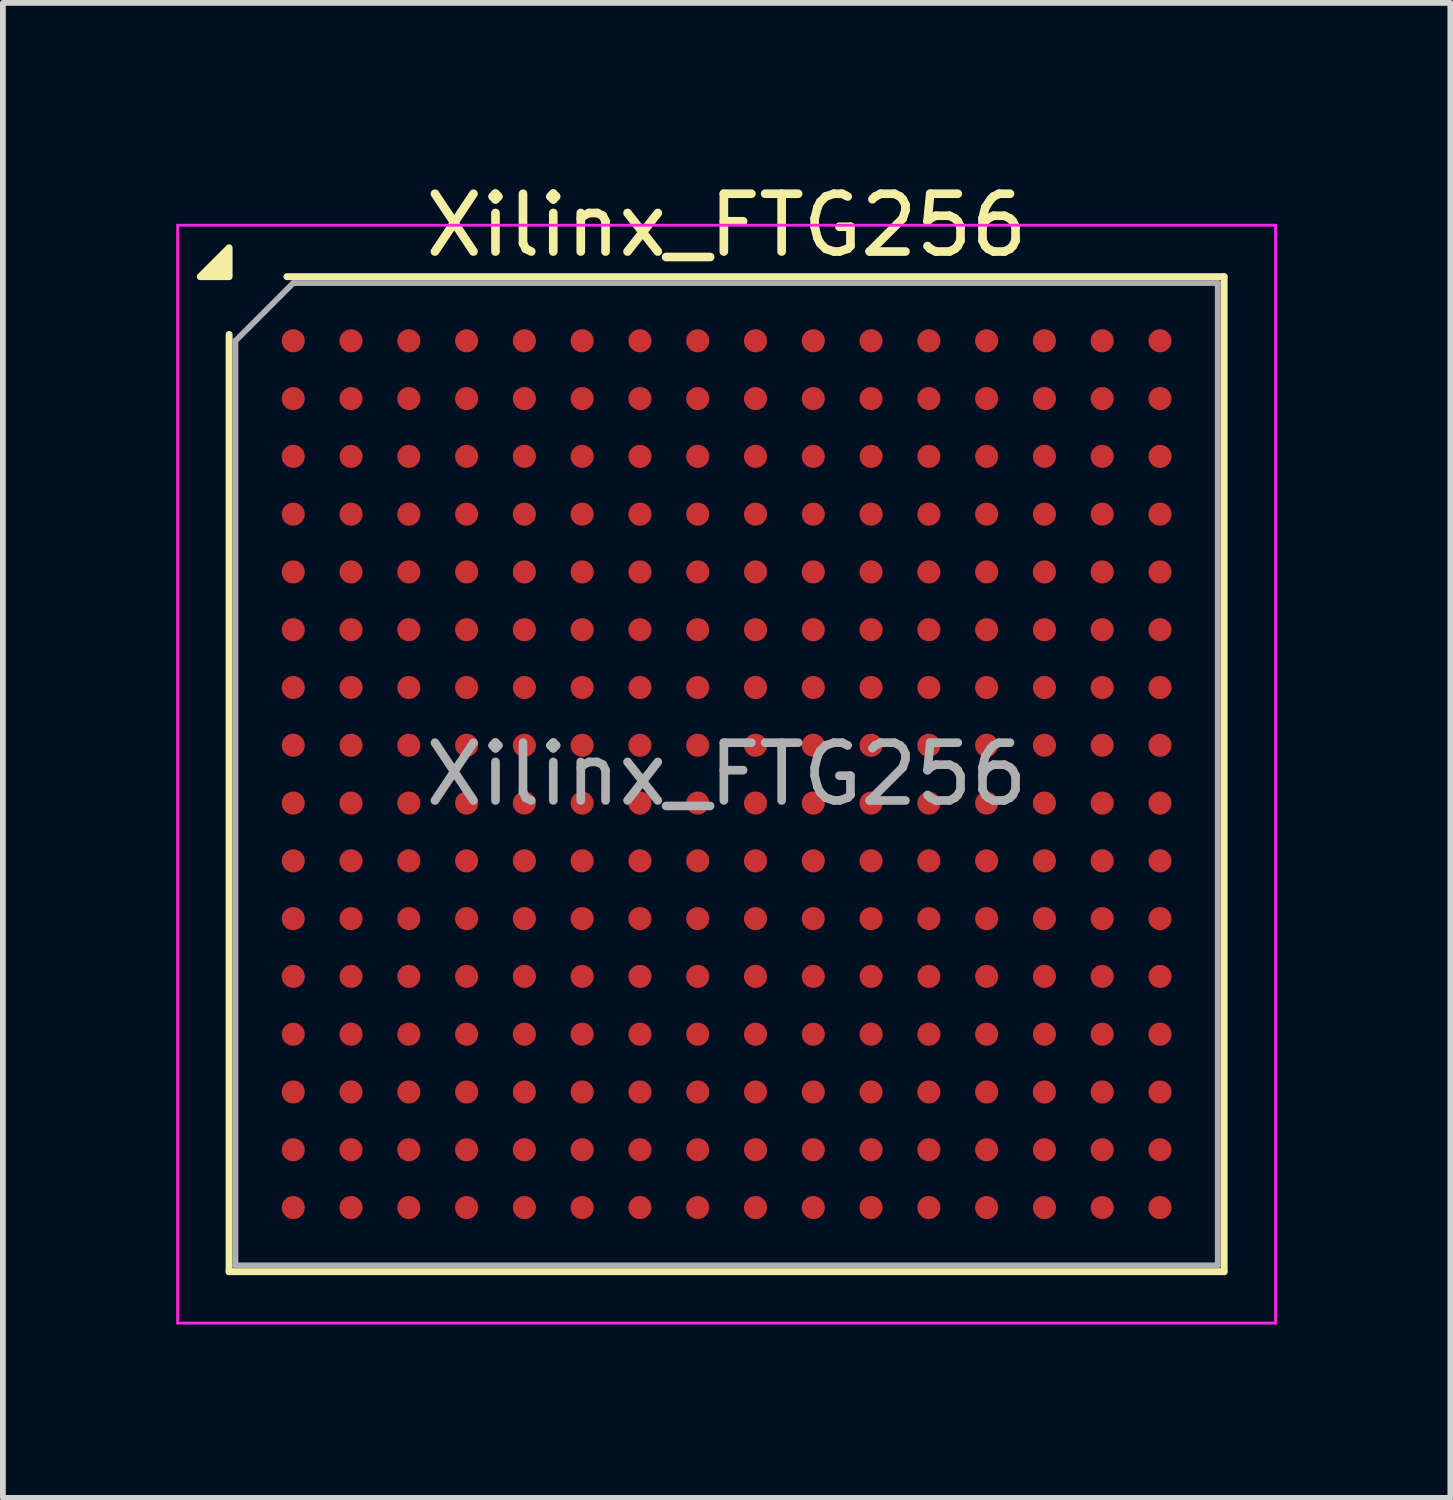
<source format=kicad_pcb>
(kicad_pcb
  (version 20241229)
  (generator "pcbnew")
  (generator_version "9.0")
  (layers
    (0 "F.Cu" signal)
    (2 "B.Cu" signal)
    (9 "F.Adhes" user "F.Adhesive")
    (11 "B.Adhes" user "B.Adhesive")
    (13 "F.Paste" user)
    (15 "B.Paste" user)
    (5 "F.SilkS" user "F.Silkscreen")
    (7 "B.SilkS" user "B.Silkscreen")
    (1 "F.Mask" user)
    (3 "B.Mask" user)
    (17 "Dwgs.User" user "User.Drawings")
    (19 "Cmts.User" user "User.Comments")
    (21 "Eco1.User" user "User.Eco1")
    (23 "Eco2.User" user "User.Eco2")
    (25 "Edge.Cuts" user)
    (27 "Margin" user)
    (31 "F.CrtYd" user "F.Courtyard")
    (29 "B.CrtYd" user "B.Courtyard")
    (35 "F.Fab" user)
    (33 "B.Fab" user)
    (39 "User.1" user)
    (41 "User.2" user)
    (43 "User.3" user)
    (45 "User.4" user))
  (footprint "Xilinx_FTG256"
    (layer "F.Cu")
    (at 9.525 10.348)
    (property "Reference" "Xilinx_FTG256" (at 0 -9.5 180) (layer "F.SilkS") (effects (font (size 1 1) (thickness 0.15))))
    (attr smd)
    (fp_line (start -8.61 8.61) (end -8.61 -7.61) (stroke (width 0.12) (type solid)) (layer "F.SilkS"))
    (fp_line (start -7.61 -8.61) (end 8.61 -8.61) (stroke (width 0.12) (type solid)) (layer "F.SilkS"))
    (fp_line (start 8.61 -8.61) (end 8.61 8.61) (stroke (width 0.12) (type solid)) (layer "F.SilkS"))
    (fp_line (start 8.61 8.61) (end -8.61 8.61) (stroke (width 0.12) (type solid)) (layer "F.SilkS"))
    (fp_poly (pts (xy -8.61 -8.61) (xy -9.11 -8.61) (xy -8.61 -9.11) (xy -8.61 -8.61)) (stroke (width 0.12) (type solid)) (fill yes) (layer "F.SilkS"))
    (fp_line (start -9.5 -9.5) (end -9.5 9.5) (stroke (width 0.05) (type solid)) (layer "F.CrtYd"))
    (fp_line (start -9.5 9.5) (end 9.5 9.5) (stroke (width 0.05) (type solid)) (layer "F.CrtYd"))
    (fp_line (start 9.5 -9.5) (end -9.5 -9.5) (stroke (width 0.05) (type solid)) (layer "F.CrtYd"))
    (fp_line (start 9.5 9.5) (end 9.5 -9.5) (stroke (width 0.05) (type solid)) (layer "F.CrtYd"))
    (fp_line (start -8.5 -7.5) (end -7.5 -8.5) (stroke (width 0.1) (type solid)) (layer "F.Fab"))
    (fp_line (start -8.5 8.5) (end -8.5 -7.5) (stroke (width 0.1) (type solid)) (layer "F.Fab"))
    (fp_line (start -7.5 -8.5) (end 8.5 -8.5) (stroke (width 0.1) (type solid)) (layer "F.Fab"))
    (fp_line (start 8.5 -8.5) (end 8.5 8.5) (stroke (width 0.1) (type solid)) (layer "F.Fab"))
    (fp_line (start 8.5 8.5) (end -8.5 8.5) (stroke (width 0.1) (type solid)) (layer "F.Fab"))
    (fp_text user "${REFERENCE}" (at 0 0 180) (layer "F.Fab") (effects (font (size 1 1) (thickness 0.15))))
    (pad "A1" smd circle (at -7.5 -7.5) (size 0.4 0.4) (property pad_prop_bga) (layers "F.Cu" "F.Mask" "F.Paste"))
    (pad "A2" smd circle (at -6.5 -7.5) (size 0.4 0.4) (property pad_prop_bga) (layers "F.Cu" "F.Mask" "F.Paste"))
    (pad "A3" smd circle (at -5.5 -7.5) (size 0.4 0.4) (property pad_prop_bga) (layers "F.Cu" "F.Mask" "F.Paste"))
    (pad "A4" smd circle (at -4.5 -7.5) (size 0.4 0.4) (property pad_prop_bga) (layers "F.Cu" "F.Mask" "F.Paste"))
    (pad "A5" smd circle (at -3.5 -7.5) (size 0.4 0.4) (property pad_prop_bga) (layers "F.Cu" "F.Mask" "F.Paste"))
    (pad "A6" smd circle (at -2.5 -7.5) (size 0.4 0.4) (property pad_prop_bga) (layers "F.Cu" "F.Mask" "F.Paste"))
    (pad "A7" smd circle (at -1.5 -7.5) (size 0.4 0.4) (property pad_prop_bga) (layers "F.Cu" "F.Mask" "F.Paste"))
    (pad "A8" smd circle (at -0.5 -7.5) (size 0.4 0.4) (property pad_prop_bga) (layers "F.Cu" "F.Mask" "F.Paste"))
    (pad "A9" smd circle (at 0.5 -7.5) (size 0.4 0.4) (property pad_prop_bga) (layers "F.Cu" "F.Mask" "F.Paste"))
    (pad "A10" smd circle (at 1.5 -7.5) (size 0.4 0.4) (property pad_prop_bga) (layers "F.Cu" "F.Mask" "F.Paste"))
    (pad "A11" smd circle (at 2.5 -7.5) (size 0.4 0.4) (property pad_prop_bga) (layers "F.Cu" "F.Mask" "F.Paste"))
    (pad "A12" smd circle (at 3.5 -7.5) (size 0.4 0.4) (property pad_prop_bga) (layers "F.Cu" "F.Mask" "F.Paste"))
    (pad "A13" smd circle (at 4.5 -7.5) (size 0.4 0.4) (property pad_prop_bga) (layers "F.Cu" "F.Mask" "F.Paste"))
    (pad "A14" smd circle (at 5.5 -7.5) (size 0.4 0.4) (property pad_prop_bga) (layers "F.Cu" "F.Mask" "F.Paste"))
    (pad "A15" smd circle (at 6.5 -7.5) (size 0.4 0.4) (property pad_prop_bga) (layers "F.Cu" "F.Mask" "F.Paste"))
    (pad "A16" smd circle (at 7.5 -7.5) (size 0.4 0.4) (property pad_prop_bga) (layers "F.Cu" "F.Mask" "F.Paste"))
    (pad "B1" smd circle (at -7.5 -6.5) (size 0.4 0.4) (property pad_prop_bga) (layers "F.Cu" "F.Mask" "F.Paste"))
    (pad "B2" smd circle (at -6.5 -6.5) (size 0.4 0.4) (property pad_prop_bga) (layers "F.Cu" "F.Mask" "F.Paste"))
    (pad "B3" smd circle (at -5.5 -6.5) (size 0.4 0.4) (property pad_prop_bga) (layers "F.Cu" "F.Mask" "F.Paste"))
    (pad "B4" smd circle (at -4.5 -6.5) (size 0.4 0.4) (property pad_prop_bga) (layers "F.Cu" "F.Mask" "F.Paste"))
    (pad "B5" smd circle (at -3.5 -6.5) (size 0.4 0.4) (property pad_prop_bga) (layers "F.Cu" "F.Mask" "F.Paste"))
    (pad "B6" smd circle (at -2.5 -6.5) (size 0.4 0.4) (property pad_prop_bga) (layers "F.Cu" "F.Mask" "F.Paste"))
    (pad "B7" smd circle (at -1.5 -6.5) (size 0.4 0.4) (property pad_prop_bga) (layers "F.Cu" "F.Mask" "F.Paste"))
    (pad "B8" smd circle (at -0.5 -6.5) (size 0.4 0.4) (property pad_prop_bga) (layers "F.Cu" "F.Mask" "F.Paste"))
    (pad "B9" smd circle (at 0.5 -6.5) (size 0.4 0.4) (property pad_prop_bga) (layers "F.Cu" "F.Mask" "F.Paste"))
    (pad "B10" smd circle (at 1.5 -6.5) (size 0.4 0.4) (property pad_prop_bga) (layers "F.Cu" "F.Mask" "F.Paste"))
    (pad "B11" smd circle (at 2.5 -6.5) (size 0.4 0.4) (property pad_prop_bga) (layers "F.Cu" "F.Mask" "F.Paste"))
    (pad "B12" smd circle (at 3.5 -6.5) (size 0.4 0.4) (property pad_prop_bga) (layers "F.Cu" "F.Mask" "F.Paste"))
    (pad "B13" smd circle (at 4.5 -6.5) (size 0.4 0.4) (property pad_prop_bga) (layers "F.Cu" "F.Mask" "F.Paste"))
    (pad "B14" smd circle (at 5.5 -6.5) (size 0.4 0.4) (property pad_prop_bga) (layers "F.Cu" "F.Mask" "F.Paste"))
    (pad "B15" smd circle (at 6.5 -6.5) (size 0.4 0.4) (property pad_prop_bga) (layers "F.Cu" "F.Mask" "F.Paste"))
    (pad "B16" smd circle (at 7.5 -6.5) (size 0.4 0.4) (property pad_prop_bga) (layers "F.Cu" "F.Mask" "F.Paste"))
    (pad "C1" smd circle (at -7.5 -5.5) (size 0.4 0.4) (property pad_prop_bga) (layers "F.Cu" "F.Mask" "F.Paste"))
    (pad "C2" smd circle (at -6.5 -5.5) (size 0.4 0.4) (property pad_prop_bga) (layers "F.Cu" "F.Mask" "F.Paste"))
    (pad "C3" smd circle (at -5.5 -5.5) (size 0.4 0.4) (property pad_prop_bga) (layers "F.Cu" "F.Mask" "F.Paste"))
    (pad "C4" smd circle (at -4.5 -5.5) (size 0.4 0.4) (property pad_prop_bga) (layers "F.Cu" "F.Mask" "F.Paste"))
    (pad "C5" smd circle (at -3.5 -5.5) (size 0.4 0.4) (property pad_prop_bga) (layers "F.Cu" "F.Mask" "F.Paste"))
    (pad "C6" smd circle (at -2.5 -5.5) (size 0.4 0.4) (property pad_prop_bga) (layers "F.Cu" "F.Mask" "F.Paste"))
    (pad "C7" smd circle (at -1.5 -5.5) (size 0.4 0.4) (property pad_prop_bga) (layers "F.Cu" "F.Mask" "F.Paste"))
    (pad "C8" smd circle (at -0.5 -5.5) (size 0.4 0.4) (property pad_prop_bga) (layers "F.Cu" "F.Mask" "F.Paste"))
    (pad "C9" smd circle (at 0.5 -5.5) (size 0.4 0.4) (property pad_prop_bga) (layers "F.Cu" "F.Mask" "F.Paste"))
    (pad "C10" smd circle (at 1.5 -5.5) (size 0.4 0.4) (property pad_prop_bga) (layers "F.Cu" "F.Mask" "F.Paste"))
    (pad "C11" smd circle (at 2.5 -5.5) (size 0.4 0.4) (property pad_prop_bga) (layers "F.Cu" "F.Mask" "F.Paste"))
    (pad "C12" smd circle (at 3.5 -5.5) (size 0.4 0.4) (property pad_prop_bga) (layers "F.Cu" "F.Mask" "F.Paste"))
    (pad "C13" smd circle (at 4.5 -5.5) (size 0.4 0.4) (property pad_prop_bga) (layers "F.Cu" "F.Mask" "F.Paste"))
    (pad "C14" smd circle (at 5.5 -5.5) (size 0.4 0.4) (property pad_prop_bga) (layers "F.Cu" "F.Mask" "F.Paste"))
    (pad "C15" smd circle (at 6.5 -5.5) (size 0.4 0.4) (property pad_prop_bga) (layers "F.Cu" "F.Mask" "F.Paste"))
    (pad "C16" smd circle (at 7.5 -5.5) (size 0.4 0.4) (property pad_prop_bga) (layers "F.Cu" "F.Mask" "F.Paste"))
    (pad "D1" smd circle (at -7.5 -4.5) (size 0.4 0.4) (property pad_prop_bga) (layers "F.Cu" "F.Mask" "F.Paste"))
    (pad "D2" smd circle (at -6.5 -4.5) (size 0.4 0.4) (property pad_prop_bga) (layers "F.Cu" "F.Mask" "F.Paste"))
    (pad "D3" smd circle (at -5.5 -4.5) (size 0.4 0.4) (property pad_prop_bga) (layers "F.Cu" "F.Mask" "F.Paste"))
    (pad "D4" smd circle (at -4.5 -4.5) (size 0.4 0.4) (property pad_prop_bga) (layers "F.Cu" "F.Mask" "F.Paste"))
    (pad "D5" smd circle (at -3.5 -4.5) (size 0.4 0.4) (property pad_prop_bga) (layers "F.Cu" "F.Mask" "F.Paste"))
    (pad "D6" smd circle (at -2.5 -4.5) (size 0.4 0.4) (property pad_prop_bga) (layers "F.Cu" "F.Mask" "F.Paste"))
    (pad "D7" smd circle (at -1.5 -4.5) (size 0.4 0.4) (property pad_prop_bga) (layers "F.Cu" "F.Mask" "F.Paste"))
    (pad "D8" smd circle (at -0.5 -4.5) (size 0.4 0.4) (property pad_prop_bga) (layers "F.Cu" "F.Mask" "F.Paste"))
    (pad "D9" smd circle (at 0.5 -4.5) (size 0.4 0.4) (property pad_prop_bga) (layers "F.Cu" "F.Mask" "F.Paste"))
    (pad "D10" smd circle (at 1.5 -4.5) (size 0.4 0.4) (property pad_prop_bga) (layers "F.Cu" "F.Mask" "F.Paste"))
    (pad "D11" smd circle (at 2.5 -4.5) (size 0.4 0.4) (property pad_prop_bga) (layers "F.Cu" "F.Mask" "F.Paste"))
    (pad "D12" smd circle (at 3.5 -4.5) (size 0.4 0.4) (property pad_prop_bga) (layers "F.Cu" "F.Mask" "F.Paste"))
    (pad "D13" smd circle (at 4.5 -4.5) (size 0.4 0.4) (property pad_prop_bga) (layers "F.Cu" "F.Mask" "F.Paste"))
    (pad "D14" smd circle (at 5.5 -4.5) (size 0.4 0.4) (property pad_prop_bga) (layers "F.Cu" "F.Mask" "F.Paste"))
    (pad "D15" smd circle (at 6.5 -4.5) (size 0.4 0.4) (property pad_prop_bga) (layers "F.Cu" "F.Mask" "F.Paste"))
    (pad "D16" smd circle (at 7.5 -4.5) (size 0.4 0.4) (property pad_prop_bga) (layers "F.Cu" "F.Mask" "F.Paste"))
    (pad "E1" smd circle (at -7.5 -3.5) (size 0.4 0.4) (property pad_prop_bga) (layers "F.Cu" "F.Mask" "F.Paste"))
    (pad "E2" smd circle (at -6.5 -3.5) (size 0.4 0.4) (property pad_prop_bga) (layers "F.Cu" "F.Mask" "F.Paste"))
    (pad "E3" smd circle (at -5.5 -3.5) (size 0.4 0.4) (property pad_prop_bga) (layers "F.Cu" "F.Mask" "F.Paste"))
    (pad "E4" smd circle (at -4.5 -3.5) (size 0.4 0.4) (property pad_prop_bga) (layers "F.Cu" "F.Mask" "F.Paste"))
    (pad "E5" smd circle (at -3.5 -3.5) (size 0.4 0.4) (property pad_prop_bga) (layers "F.Cu" "F.Mask" "F.Paste"))
    (pad "E6" smd circle (at -2.5 -3.5) (size 0.4 0.4) (property pad_prop_bga) (layers "F.Cu" "F.Mask" "F.Paste"))
    (pad "E7" smd circle (at -1.5 -3.5) (size 0.4 0.4) (property pad_prop_bga) (layers "F.Cu" "F.Mask" "F.Paste"))
    (pad "E8" smd circle (at -0.5 -3.5) (size 0.4 0.4) (property pad_prop_bga) (layers "F.Cu" "F.Mask" "F.Paste"))
    (pad "E9" smd circle (at 0.5 -3.5) (size 0.4 0.4) (property pad_prop_bga) (layers "F.Cu" "F.Mask" "F.Paste"))
    (pad "E10" smd circle (at 1.5 -3.5) (size 0.4 0.4) (property pad_prop_bga) (layers "F.Cu" "F.Mask" "F.Paste"))
    (pad "E11" smd circle (at 2.5 -3.5) (size 0.4 0.4) (property pad_prop_bga) (layers "F.Cu" "F.Mask" "F.Paste"))
    (pad "E12" smd circle (at 3.5 -3.5) (size 0.4 0.4) (property pad_prop_bga) (layers "F.Cu" "F.Mask" "F.Paste"))
    (pad "E13" smd circle (at 4.5 -3.5) (size 0.4 0.4) (property pad_prop_bga) (layers "F.Cu" "F.Mask" "F.Paste"))
    (pad "E14" smd circle (at 5.5 -3.5) (size 0.4 0.4) (property pad_prop_bga) (layers "F.Cu" "F.Mask" "F.Paste"))
    (pad "E15" smd circle (at 6.5 -3.5) (size 0.4 0.4) (property pad_prop_bga) (layers "F.Cu" "F.Mask" "F.Paste"))
    (pad "E16" smd circle (at 7.5 -3.5) (size 0.4 0.4) (property pad_prop_bga) (layers "F.Cu" "F.Mask" "F.Paste"))
    (pad "F1" smd circle (at -7.5 -2.5) (size 0.4 0.4) (property pad_prop_bga) (layers "F.Cu" "F.Mask" "F.Paste"))
    (pad "F2" smd circle (at -6.5 -2.5) (size 0.4 0.4) (property pad_prop_bga) (layers "F.Cu" "F.Mask" "F.Paste"))
    (pad "F3" smd circle (at -5.5 -2.5) (size 0.4 0.4) (property pad_prop_bga) (layers "F.Cu" "F.Mask" "F.Paste"))
    (pad "F4" smd circle (at -4.5 -2.5) (size 0.4 0.4) (property pad_prop_bga) (layers "F.Cu" "F.Mask" "F.Paste"))
    (pad "F5" smd circle (at -3.5 -2.5) (size 0.4 0.4) (property pad_prop_bga) (layers "F.Cu" "F.Mask" "F.Paste"))
    (pad "F6" smd circle (at -2.5 -2.5) (size 0.4 0.4) (property pad_prop_bga) (layers "F.Cu" "F.Mask" "F.Paste"))
    (pad "F7" smd circle (at -1.5 -2.5) (size 0.4 0.4) (property pad_prop_bga) (layers "F.Cu" "F.Mask" "F.Paste"))
    (pad "F8" smd circle (at -0.5 -2.5) (size 0.4 0.4) (property pad_prop_bga) (layers "F.Cu" "F.Mask" "F.Paste"))
    (pad "F9" smd circle (at 0.5 -2.5) (size 0.4 0.4) (property pad_prop_bga) (layers "F.Cu" "F.Mask" "F.Paste"))
    (pad "F10" smd circle (at 1.5 -2.5) (size 0.4 0.4) (property pad_prop_bga) (layers "F.Cu" "F.Mask" "F.Paste"))
    (pad "F11" smd circle (at 2.5 -2.5) (size 0.4 0.4) (property pad_prop_bga) (layers "F.Cu" "F.Mask" "F.Paste"))
    (pad "F12" smd circle (at 3.5 -2.5) (size 0.4 0.4) (property pad_prop_bga) (layers "F.Cu" "F.Mask" "F.Paste"))
    (pad "F13" smd circle (at 4.5 -2.5) (size 0.4 0.4) (property pad_prop_bga) (layers "F.Cu" "F.Mask" "F.Paste"))
    (pad "F14" smd circle (at 5.5 -2.5) (size 0.4 0.4) (property pad_prop_bga) (layers "F.Cu" "F.Mask" "F.Paste"))
    (pad "F15" smd circle (at 6.5 -2.5) (size 0.4 0.4) (property pad_prop_bga) (layers "F.Cu" "F.Mask" "F.Paste"))
    (pad "F16" smd circle (at 7.5 -2.5) (size 0.4 0.4) (property pad_prop_bga) (layers "F.Cu" "F.Mask" "F.Paste"))
    (pad "G1" smd circle (at -7.5 -1.5) (size 0.4 0.4) (property pad_prop_bga) (layers "F.Cu" "F.Mask" "F.Paste"))
    (pad "G2" smd circle (at -6.5 -1.5) (size 0.4 0.4) (property pad_prop_bga) (layers "F.Cu" "F.Mask" "F.Paste"))
    (pad "G3" smd circle (at -5.5 -1.5) (size 0.4 0.4) (property pad_prop_bga) (layers "F.Cu" "F.Mask" "F.Paste"))
    (pad "G4" smd circle (at -4.5 -1.5) (size 0.4 0.4) (property pad_prop_bga) (layers "F.Cu" "F.Mask" "F.Paste"))
    (pad "G5" smd circle (at -3.5 -1.5) (size 0.4 0.4) (property pad_prop_bga) (layers "F.Cu" "F.Mask" "F.Paste"))
    (pad "G6" smd circle (at -2.5 -1.5) (size 0.4 0.4) (property pad_prop_bga) (layers "F.Cu" "F.Mask" "F.Paste"))
    (pad "G7" smd circle (at -1.5 -1.5) (size 0.4 0.4) (property pad_prop_bga) (layers "F.Cu" "F.Mask" "F.Paste"))
    (pad "G8" smd circle (at -0.5 -1.5) (size 0.4 0.4) (property pad_prop_bga) (layers "F.Cu" "F.Mask" "F.Paste"))
    (pad "G9" smd circle (at 0.5 -1.5) (size 0.4 0.4) (property pad_prop_bga) (layers "F.Cu" "F.Mask" "F.Paste"))
    (pad "G10" smd circle (at 1.5 -1.5) (size 0.4 0.4) (property pad_prop_bga) (layers "F.Cu" "F.Mask" "F.Paste"))
    (pad "G11" smd circle (at 2.5 -1.5) (size 0.4 0.4) (property pad_prop_bga) (layers "F.Cu" "F.Mask" "F.Paste"))
    (pad "G12" smd circle (at 3.5 -1.5) (size 0.4 0.4) (property pad_prop_bga) (layers "F.Cu" "F.Mask" "F.Paste"))
    (pad "G13" smd circle (at 4.5 -1.5) (size 0.4 0.4) (property pad_prop_bga) (layers "F.Cu" "F.Mask" "F.Paste"))
    (pad "G14" smd circle (at 5.5 -1.5) (size 0.4 0.4) (property pad_prop_bga) (layers "F.Cu" "F.Mask" "F.Paste"))
    (pad "G15" smd circle (at 6.5 -1.5) (size 0.4 0.4) (property pad_prop_bga) (layers "F.Cu" "F.Mask" "F.Paste"))
    (pad "G16" smd circle (at 7.5 -1.5) (size 0.4 0.4) (property pad_prop_bga) (layers "F.Cu" "F.Mask" "F.Paste"))
    (pad "H1" smd circle (at -7.5 -0.5) (size 0.4 0.4) (property pad_prop_bga) (layers "F.Cu" "F.Mask" "F.Paste"))
    (pad "H2" smd circle (at -6.5 -0.5) (size 0.4 0.4) (property pad_prop_bga) (layers "F.Cu" "F.Mask" "F.Paste"))
    (pad "H3" smd circle (at -5.5 -0.5) (size 0.4 0.4) (property pad_prop_bga) (layers "F.Cu" "F.Mask" "F.Paste"))
    (pad "H4" smd circle (at -4.5 -0.5) (size 0.4 0.4) (property pad_prop_bga) (layers "F.Cu" "F.Mask" "F.Paste"))
    (pad "H5" smd circle (at -3.5 -0.5) (size 0.4 0.4) (property pad_prop_bga) (layers "F.Cu" "F.Mask" "F.Paste"))
    (pad "H6" smd circle (at -2.5 -0.5) (size 0.4 0.4) (property pad_prop_bga) (layers "F.Cu" "F.Mask" "F.Paste"))
    (pad "H7" smd circle (at -1.5 -0.5) (size 0.4 0.4) (property pad_prop_bga) (layers "F.Cu" "F.Mask" "F.Paste"))
    (pad "H8" smd circle (at -0.5 -0.5) (size 0.4 0.4) (property pad_prop_bga) (layers "F.Cu" "F.Mask" "F.Paste"))
    (pad "H9" smd circle (at 0.5 -0.5) (size 0.4 0.4) (property pad_prop_bga) (layers "F.Cu" "F.Mask" "F.Paste"))
    (pad "H10" smd circle (at 1.5 -0.5) (size 0.4 0.4) (property pad_prop_bga) (layers "F.Cu" "F.Mask" "F.Paste"))
    (pad "H11" smd circle (at 2.5 -0.5) (size 0.4 0.4) (property pad_prop_bga) (layers "F.Cu" "F.Mask" "F.Paste"))
    (pad "H12" smd circle (at 3.5 -0.5) (size 0.4 0.4) (property pad_prop_bga) (layers "F.Cu" "F.Mask" "F.Paste"))
    (pad "H13" smd circle (at 4.5 -0.5) (size 0.4 0.4) (property pad_prop_bga) (layers "F.Cu" "F.Mask" "F.Paste"))
    (pad "H14" smd circle (at 5.5 -0.5) (size 0.4 0.4) (property pad_prop_bga) (layers "F.Cu" "F.Mask" "F.Paste"))
    (pad "H15" smd circle (at 6.5 -0.5) (size 0.4 0.4) (property pad_prop_bga) (layers "F.Cu" "F.Mask" "F.Paste"))
    (pad "H16" smd circle (at 7.5 -0.5) (size 0.4 0.4) (property pad_prop_bga) (layers "F.Cu" "F.Mask" "F.Paste"))
    (pad "J1" smd circle (at -7.5 0.5) (size 0.4 0.4) (property pad_prop_bga) (layers "F.Cu" "F.Mask" "F.Paste"))
    (pad "J2" smd circle (at -6.5 0.5) (size 0.4 0.4) (property pad_prop_bga) (layers "F.Cu" "F.Mask" "F.Paste"))
    (pad "J3" smd circle (at -5.5 0.5) (size 0.4 0.4) (property pad_prop_bga) (layers "F.Cu" "F.Mask" "F.Paste"))
    (pad "J4" smd circle (at -4.5 0.5) (size 0.4 0.4) (property pad_prop_bga) (layers "F.Cu" "F.Mask" "F.Paste"))
    (pad "J5" smd circle (at -3.5 0.5) (size 0.4 0.4) (property pad_prop_bga) (layers "F.Cu" "F.Mask" "F.Paste"))
    (pad "J6" smd circle (at -2.5 0.5) (size 0.4 0.4) (property pad_prop_bga) (layers "F.Cu" "F.Mask" "F.Paste"))
    (pad "J7" smd circle (at -1.5 0.5) (size 0.4 0.4) (property pad_prop_bga) (layers "F.Cu" "F.Mask" "F.Paste"))
    (pad "J8" smd circle (at -0.5 0.5) (size 0.4 0.4) (property pad_prop_bga) (layers "F.Cu" "F.Mask" "F.Paste"))
    (pad "J9" smd circle (at 0.5 0.5) (size 0.4 0.4) (property pad_prop_bga) (layers "F.Cu" "F.Mask" "F.Paste"))
    (pad "J10" smd circle (at 1.5 0.5) (size 0.4 0.4) (property pad_prop_bga) (layers "F.Cu" "F.Mask" "F.Paste"))
    (pad "J11" smd circle (at 2.5 0.5) (size 0.4 0.4) (property pad_prop_bga) (layers "F.Cu" "F.Mask" "F.Paste"))
    (pad "J12" smd circle (at 3.5 0.5) (size 0.4 0.4) (property pad_prop_bga) (layers "F.Cu" "F.Mask" "F.Paste"))
    (pad "J13" smd circle (at 4.5 0.5) (size 0.4 0.4) (property pad_prop_bga) (layers "F.Cu" "F.Mask" "F.Paste"))
    (pad "J14" smd circle (at 5.5 0.5) (size 0.4 0.4) (property pad_prop_bga) (layers "F.Cu" "F.Mask" "F.Paste"))
    (pad "J15" smd circle (at 6.5 0.5) (size 0.4 0.4) (property pad_prop_bga) (layers "F.Cu" "F.Mask" "F.Paste"))
    (pad "J16" smd circle (at 7.5 0.5) (size 0.4 0.4) (property pad_prop_bga) (layers "F.Cu" "F.Mask" "F.Paste"))
    (pad "K1" smd circle (at -7.5 1.5) (size 0.4 0.4) (property pad_prop_bga) (layers "F.Cu" "F.Mask" "F.Paste"))
    (pad "K2" smd circle (at -6.5 1.5) (size 0.4 0.4) (property pad_prop_bga) (layers "F.Cu" "F.Mask" "F.Paste"))
    (pad "K3" smd circle (at -5.5 1.5) (size 0.4 0.4) (property pad_prop_bga) (layers "F.Cu" "F.Mask" "F.Paste"))
    (pad "K4" smd circle (at -4.5 1.5) (size 0.4 0.4) (property pad_prop_bga) (layers "F.Cu" "F.Mask" "F.Paste"))
    (pad "K5" smd circle (at -3.5 1.5) (size 0.4 0.4) (property pad_prop_bga) (layers "F.Cu" "F.Mask" "F.Paste"))
    (pad "K6" smd circle (at -2.5 1.5) (size 0.4 0.4) (property pad_prop_bga) (layers "F.Cu" "F.Mask" "F.Paste"))
    (pad "K7" smd circle (at -1.5 1.5) (size 0.4 0.4) (property pad_prop_bga) (layers "F.Cu" "F.Mask" "F.Paste"))
    (pad "K8" smd circle (at -0.5 1.5) (size 0.4 0.4) (property pad_prop_bga) (layers "F.Cu" "F.Mask" "F.Paste"))
    (pad "K9" smd circle (at 0.5 1.5) (size 0.4 0.4) (property pad_prop_bga) (layers "F.Cu" "F.Mask" "F.Paste"))
    (pad "K10" smd circle (at 1.5 1.5) (size 0.4 0.4) (property pad_prop_bga) (layers "F.Cu" "F.Mask" "F.Paste"))
    (pad "K11" smd circle (at 2.5 1.5) (size 0.4 0.4) (property pad_prop_bga) (layers "F.Cu" "F.Mask" "F.Paste"))
    (pad "K12" smd circle (at 3.5 1.5) (size 0.4 0.4) (property pad_prop_bga) (layers "F.Cu" "F.Mask" "F.Paste"))
    (pad "K13" smd circle (at 4.5 1.5) (size 0.4 0.4) (property pad_prop_bga) (layers "F.Cu" "F.Mask" "F.Paste"))
    (pad "K14" smd circle (at 5.5 1.5) (size 0.4 0.4) (property pad_prop_bga) (layers "F.Cu" "F.Mask" "F.Paste"))
    (pad "K15" smd circle (at 6.5 1.5) (size 0.4 0.4) (property pad_prop_bga) (layers "F.Cu" "F.Mask" "F.Paste"))
    (pad "K16" smd circle (at 7.5 1.5) (size 0.4 0.4) (property pad_prop_bga) (layers "F.Cu" "F.Mask" "F.Paste"))
    (pad "L1" smd circle (at -7.5 2.5) (size 0.4 0.4) (property pad_prop_bga) (layers "F.Cu" "F.Mask" "F.Paste"))
    (pad "L2" smd circle (at -6.5 2.5) (size 0.4 0.4) (property pad_prop_bga) (layers "F.Cu" "F.Mask" "F.Paste"))
    (pad "L3" smd circle (at -5.5 2.5) (size 0.4 0.4) (property pad_prop_bga) (layers "F.Cu" "F.Mask" "F.Paste"))
    (pad "L4" smd circle (at -4.5 2.5) (size 0.4 0.4) (property pad_prop_bga) (layers "F.Cu" "F.Mask" "F.Paste"))
    (pad "L5" smd circle (at -3.5 2.5) (size 0.4 0.4) (property pad_prop_bga) (layers "F.Cu" "F.Mask" "F.Paste"))
    (pad "L6" smd circle (at -2.5 2.5) (size 0.4 0.4) (property pad_prop_bga) (layers "F.Cu" "F.Mask" "F.Paste"))
    (pad "L7" smd circle (at -1.5 2.5) (size 0.4 0.4) (property pad_prop_bga) (layers "F.Cu" "F.Mask" "F.Paste"))
    (pad "L8" smd circle (at -0.5 2.5) (size 0.4 0.4) (property pad_prop_bga) (layers "F.Cu" "F.Mask" "F.Paste"))
    (pad "L9" smd circle (at 0.5 2.5) (size 0.4 0.4) (property pad_prop_bga) (layers "F.Cu" "F.Mask" "F.Paste"))
    (pad "L10" smd circle (at 1.5 2.5) (size 0.4 0.4) (property pad_prop_bga) (layers "F.Cu" "F.Mask" "F.Paste"))
    (pad "L11" smd circle (at 2.5 2.5) (size 0.4 0.4) (property pad_prop_bga) (layers "F.Cu" "F.Mask" "F.Paste"))
    (pad "L12" smd circle (at 3.5 2.5) (size 0.4 0.4) (property pad_prop_bga) (layers "F.Cu" "F.Mask" "F.Paste"))
    (pad "L13" smd circle (at 4.5 2.5) (size 0.4 0.4) (property pad_prop_bga) (layers "F.Cu" "F.Mask" "F.Paste"))
    (pad "L14" smd circle (at 5.5 2.5) (size 0.4 0.4) (property pad_prop_bga) (layers "F.Cu" "F.Mask" "F.Paste"))
    (pad "L15" smd circle (at 6.5 2.5) (size 0.4 0.4) (property pad_prop_bga) (layers "F.Cu" "F.Mask" "F.Paste"))
    (pad "L16" smd circle (at 7.5 2.5) (size 0.4 0.4) (property pad_prop_bga) (layers "F.Cu" "F.Mask" "F.Paste"))
    (pad "M1" smd circle (at -7.5 3.5) (size 0.4 0.4) (property pad_prop_bga) (layers "F.Cu" "F.Mask" "F.Paste"))
    (pad "M2" smd circle (at -6.5 3.5) (size 0.4 0.4) (property pad_prop_bga) (layers "F.Cu" "F.Mask" "F.Paste"))
    (pad "M3" smd circle (at -5.5 3.5) (size 0.4 0.4) (property pad_prop_bga) (layers "F.Cu" "F.Mask" "F.Paste"))
    (pad "M4" smd circle (at -4.5 3.5) (size 0.4 0.4) (property pad_prop_bga) (layers "F.Cu" "F.Mask" "F.Paste"))
    (pad "M5" smd circle (at -3.5 3.5) (size 0.4 0.4) (property pad_prop_bga) (layers "F.Cu" "F.Mask" "F.Paste"))
    (pad "M6" smd circle (at -2.5 3.5) (size 0.4 0.4) (property pad_prop_bga) (layers "F.Cu" "F.Mask" "F.Paste"))
    (pad "M7" smd circle (at -1.5 3.5) (size 0.4 0.4) (property pad_prop_bga) (layers "F.Cu" "F.Mask" "F.Paste"))
    (pad "M8" smd circle (at -0.5 3.5) (size 0.4 0.4) (property pad_prop_bga) (layers "F.Cu" "F.Mask" "F.Paste"))
    (pad "M9" smd circle (at 0.5 3.5) (size 0.4 0.4) (property pad_prop_bga) (layers "F.Cu" "F.Mask" "F.Paste"))
    (pad "M10" smd circle (at 1.5 3.5) (size 0.4 0.4) (property pad_prop_bga) (layers "F.Cu" "F.Mask" "F.Paste"))
    (pad "M11" smd circle (at 2.5 3.5) (size 0.4 0.4) (property pad_prop_bga) (layers "F.Cu" "F.Mask" "F.Paste"))
    (pad "M12" smd circle (at 3.5 3.5) (size 0.4 0.4) (property pad_prop_bga) (layers "F.Cu" "F.Mask" "F.Paste"))
    (pad "M13" smd circle (at 4.5 3.5) (size 0.4 0.4) (property pad_prop_bga) (layers "F.Cu" "F.Mask" "F.Paste"))
    (pad "M14" smd circle (at 5.5 3.5) (size 0.4 0.4) (property pad_prop_bga) (layers "F.Cu" "F.Mask" "F.Paste"))
    (pad "M15" smd circle (at 6.5 3.5) (size 0.4 0.4) (property pad_prop_bga) (layers "F.Cu" "F.Mask" "F.Paste"))
    (pad "M16" smd circle (at 7.5 3.5) (size 0.4 0.4) (property pad_prop_bga) (layers "F.Cu" "F.Mask" "F.Paste"))
    (pad "N1" smd circle (at -7.5 4.5) (size 0.4 0.4) (property pad_prop_bga) (layers "F.Cu" "F.Mask" "F.Paste"))
    (pad "N2" smd circle (at -6.5 4.5) (size 0.4 0.4) (property pad_prop_bga) (layers "F.Cu" "F.Mask" "F.Paste"))
    (pad "N3" smd circle (at -5.5 4.5) (size 0.4 0.4) (property pad_prop_bga) (layers "F.Cu" "F.Mask" "F.Paste"))
    (pad "N4" smd circle (at -4.5 4.5) (size 0.4 0.4) (property pad_prop_bga) (layers "F.Cu" "F.Mask" "F.Paste"))
    (pad "N5" smd circle (at -3.5 4.5) (size 0.4 0.4) (property pad_prop_bga) (layers "F.Cu" "F.Mask" "F.Paste"))
    (pad "N6" smd circle (at -2.5 4.5) (size 0.4 0.4) (property pad_prop_bga) (layers "F.Cu" "F.Mask" "F.Paste"))
    (pad "N7" smd circle (at -1.5 4.5) (size 0.4 0.4) (property pad_prop_bga) (layers "F.Cu" "F.Mask" "F.Paste"))
    (pad "N8" smd circle (at -0.5 4.5) (size 0.4 0.4) (property pad_prop_bga) (layers "F.Cu" "F.Mask" "F.Paste"))
    (pad "N9" smd circle (at 0.5 4.5) (size 0.4 0.4) (property pad_prop_bga) (layers "F.Cu" "F.Mask" "F.Paste"))
    (pad "N10" smd circle (at 1.5 4.5) (size 0.4 0.4) (property pad_prop_bga) (layers "F.Cu" "F.Mask" "F.Paste"))
    (pad "N11" smd circle (at 2.5 4.5) (size 0.4 0.4) (property pad_prop_bga) (layers "F.Cu" "F.Mask" "F.Paste"))
    (pad "N12" smd circle (at 3.5 4.5) (size 0.4 0.4) (property pad_prop_bga) (layers "F.Cu" "F.Mask" "F.Paste"))
    (pad "N13" smd circle (at 4.5 4.5) (size 0.4 0.4) (property pad_prop_bga) (layers "F.Cu" "F.Mask" "F.Paste"))
    (pad "N14" smd circle (at 5.5 4.5) (size 0.4 0.4) (property pad_prop_bga) (layers "F.Cu" "F.Mask" "F.Paste"))
    (pad "N15" smd circle (at 6.5 4.5) (size 0.4 0.4) (property pad_prop_bga) (layers "F.Cu" "F.Mask" "F.Paste"))
    (pad "N16" smd circle (at 7.5 4.5) (size 0.4 0.4) (property pad_prop_bga) (layers "F.Cu" "F.Mask" "F.Paste"))
    (pad "P1" smd circle (at -7.5 5.5) (size 0.4 0.4) (property pad_prop_bga) (layers "F.Cu" "F.Mask" "F.Paste"))
    (pad "P2" smd circle (at -6.5 5.5) (size 0.4 0.4) (property pad_prop_bga) (layers "F.Cu" "F.Mask" "F.Paste"))
    (pad "P3" smd circle (at -5.5 5.5) (size 0.4 0.4) (property pad_prop_bga) (layers "F.Cu" "F.Mask" "F.Paste"))
    (pad "P4" smd circle (at -4.5 5.5) (size 0.4 0.4) (property pad_prop_bga) (layers "F.Cu" "F.Mask" "F.Paste"))
    (pad "P5" smd circle (at -3.5 5.5) (size 0.4 0.4) (property pad_prop_bga) (layers "F.Cu" "F.Mask" "F.Paste"))
    (pad "P6" smd circle (at -2.5 5.5) (size 0.4 0.4) (property pad_prop_bga) (layers "F.Cu" "F.Mask" "F.Paste"))
    (pad "P7" smd circle (at -1.5 5.5) (size 0.4 0.4) (property pad_prop_bga) (layers "F.Cu" "F.Mask" "F.Paste"))
    (pad "P8" smd circle (at -0.5 5.5) (size 0.4 0.4) (property pad_prop_bga) (layers "F.Cu" "F.Mask" "F.Paste"))
    (pad "P9" smd circle (at 0.5 5.5) (size 0.4 0.4) (property pad_prop_bga) (layers "F.Cu" "F.Mask" "F.Paste"))
    (pad "P10" smd circle (at 1.5 5.5) (size 0.4 0.4) (property pad_prop_bga) (layers "F.Cu" "F.Mask" "F.Paste"))
    (pad "P11" smd circle (at 2.5 5.5) (size 0.4 0.4) (property pad_prop_bga) (layers "F.Cu" "F.Mask" "F.Paste"))
    (pad "P12" smd circle (at 3.5 5.5) (size 0.4 0.4) (property pad_prop_bga) (layers "F.Cu" "F.Mask" "F.Paste"))
    (pad "P13" smd circle (at 4.5 5.5) (size 0.4 0.4) (property pad_prop_bga) (layers "F.Cu" "F.Mask" "F.Paste"))
    (pad "P14" smd circle (at 5.5 5.5) (size 0.4 0.4) (property pad_prop_bga) (layers "F.Cu" "F.Mask" "F.Paste"))
    (pad "P15" smd circle (at 6.5 5.5) (size 0.4 0.4) (property pad_prop_bga) (layers "F.Cu" "F.Mask" "F.Paste"))
    (pad "P16" smd circle (at 7.5 5.5) (size 0.4 0.4) (property pad_prop_bga) (layers "F.Cu" "F.Mask" "F.Paste"))
    (pad "R1" smd circle (at -7.5 6.5) (size 0.4 0.4) (property pad_prop_bga) (layers "F.Cu" "F.Mask" "F.Paste"))
    (pad "R2" smd circle (at -6.5 6.5) (size 0.4 0.4) (property pad_prop_bga) (layers "F.Cu" "F.Mask" "F.Paste"))
    (pad "R3" smd circle (at -5.5 6.5) (size 0.4 0.4) (property pad_prop_bga) (layers "F.Cu" "F.Mask" "F.Paste"))
    (pad "R4" smd circle (at -4.5 6.5) (size 0.4 0.4) (property pad_prop_bga) (layers "F.Cu" "F.Mask" "F.Paste"))
    (pad "R5" smd circle (at -3.5 6.5) (size 0.4 0.4) (property pad_prop_bga) (layers "F.Cu" "F.Mask" "F.Paste"))
    (pad "R6" smd circle (at -2.5 6.5) (size 0.4 0.4) (property pad_prop_bga) (layers "F.Cu" "F.Mask" "F.Paste"))
    (pad "R7" smd circle (at -1.5 6.5) (size 0.4 0.4) (property pad_prop_bga) (layers "F.Cu" "F.Mask" "F.Paste"))
    (pad "R8" smd circle (at -0.5 6.5) (size 0.4 0.4) (property pad_prop_bga) (layers "F.Cu" "F.Mask" "F.Paste"))
    (pad "R9" smd circle (at 0.5 6.5) (size 0.4 0.4) (property pad_prop_bga) (layers "F.Cu" "F.Mask" "F.Paste"))
    (pad "R10" smd circle (at 1.5 6.5) (size 0.4 0.4) (property pad_prop_bga) (layers "F.Cu" "F.Mask" "F.Paste"))
    (pad "R11" smd circle (at 2.5 6.5) (size 0.4 0.4) (property pad_prop_bga) (layers "F.Cu" "F.Mask" "F.Paste"))
    (pad "R12" smd circle (at 3.5 6.5) (size 0.4 0.4) (property pad_prop_bga) (layers "F.Cu" "F.Mask" "F.Paste"))
    (pad "R13" smd circle (at 4.5 6.5) (size 0.4 0.4) (property pad_prop_bga) (layers "F.Cu" "F.Mask" "F.Paste"))
    (pad "R14" smd circle (at 5.5 6.5) (size 0.4 0.4) (property pad_prop_bga) (layers "F.Cu" "F.Mask" "F.Paste"))
    (pad "R15" smd circle (at 6.5 6.5) (size 0.4 0.4) (property pad_prop_bga) (layers "F.Cu" "F.Mask" "F.Paste"))
    (pad "R16" smd circle (at 7.5 6.5) (size 0.4 0.4) (property pad_prop_bga) (layers "F.Cu" "F.Mask" "F.Paste"))
    (pad "T1" smd circle (at -7.5 7.5) (size 0.4 0.4) (property pad_prop_bga) (layers "F.Cu" "F.Mask" "F.Paste"))
    (pad "T2" smd circle (at -6.5 7.5) (size 0.4 0.4) (property pad_prop_bga) (layers "F.Cu" "F.Mask" "F.Paste"))
    (pad "T3" smd circle (at -5.5 7.5) (size 0.4 0.4) (property pad_prop_bga) (layers "F.Cu" "F.Mask" "F.Paste"))
    (pad "T4" smd circle (at -4.5 7.5) (size 0.4 0.4) (property pad_prop_bga) (layers "F.Cu" "F.Mask" "F.Paste"))
    (pad "T5" smd circle (at -3.5 7.5) (size 0.4 0.4) (property pad_prop_bga) (layers "F.Cu" "F.Mask" "F.Paste"))
    (pad "T6" smd circle (at -2.5 7.5) (size 0.4 0.4) (property pad_prop_bga) (layers "F.Cu" "F.Mask" "F.Paste"))
    (pad "T7" smd circle (at -1.5 7.5) (size 0.4 0.4) (property pad_prop_bga) (layers "F.Cu" "F.Mask" "F.Paste"))
    (pad "T8" smd circle (at -0.5 7.5) (size 0.4 0.4) (property pad_prop_bga) (layers "F.Cu" "F.Mask" "F.Paste"))
    (pad "T9" smd circle (at 0.5 7.5) (size 0.4 0.4) (property pad_prop_bga) (layers "F.Cu" "F.Mask" "F.Paste"))
    (pad "T10" smd circle (at 1.5 7.5) (size 0.4 0.4) (property pad_prop_bga) (layers "F.Cu" "F.Mask" "F.Paste"))
    (pad "T11" smd circle (at 2.5 7.5) (size 0.4 0.4) (property pad_prop_bga) (layers "F.Cu" "F.Mask" "F.Paste"))
    (pad "T12" smd circle (at 3.5 7.5) (size 0.4 0.4) (property pad_prop_bga) (layers "F.Cu" "F.Mask" "F.Paste"))
    (pad "T13" smd circle (at 4.5 7.5) (size 0.4 0.4) (property pad_prop_bga) (layers "F.Cu" "F.Mask" "F.Paste"))
    (pad "T14" smd circle (at 5.5 7.5) (size 0.4 0.4) (property pad_prop_bga) (layers "F.Cu" "F.Mask" "F.Paste"))
    (pad "T15" smd circle (at 6.5 7.5) (size 0.4 0.4) (property pad_prop_bga) (layers "F.Cu" "F.Mask" "F.Paste"))
    (pad "T16" smd circle (at 7.5 7.5) (size 0.4 0.4) (property pad_prop_bga) (layers "F.Cu" "F.Mask" "F.Paste")))
  (gr_rect
    (start -3 -3)
    (end 22.05 22.873)
    (stroke (width 0.1) (type default))
    (fill no)
    (layer "Edge.Cuts")))
</source>
